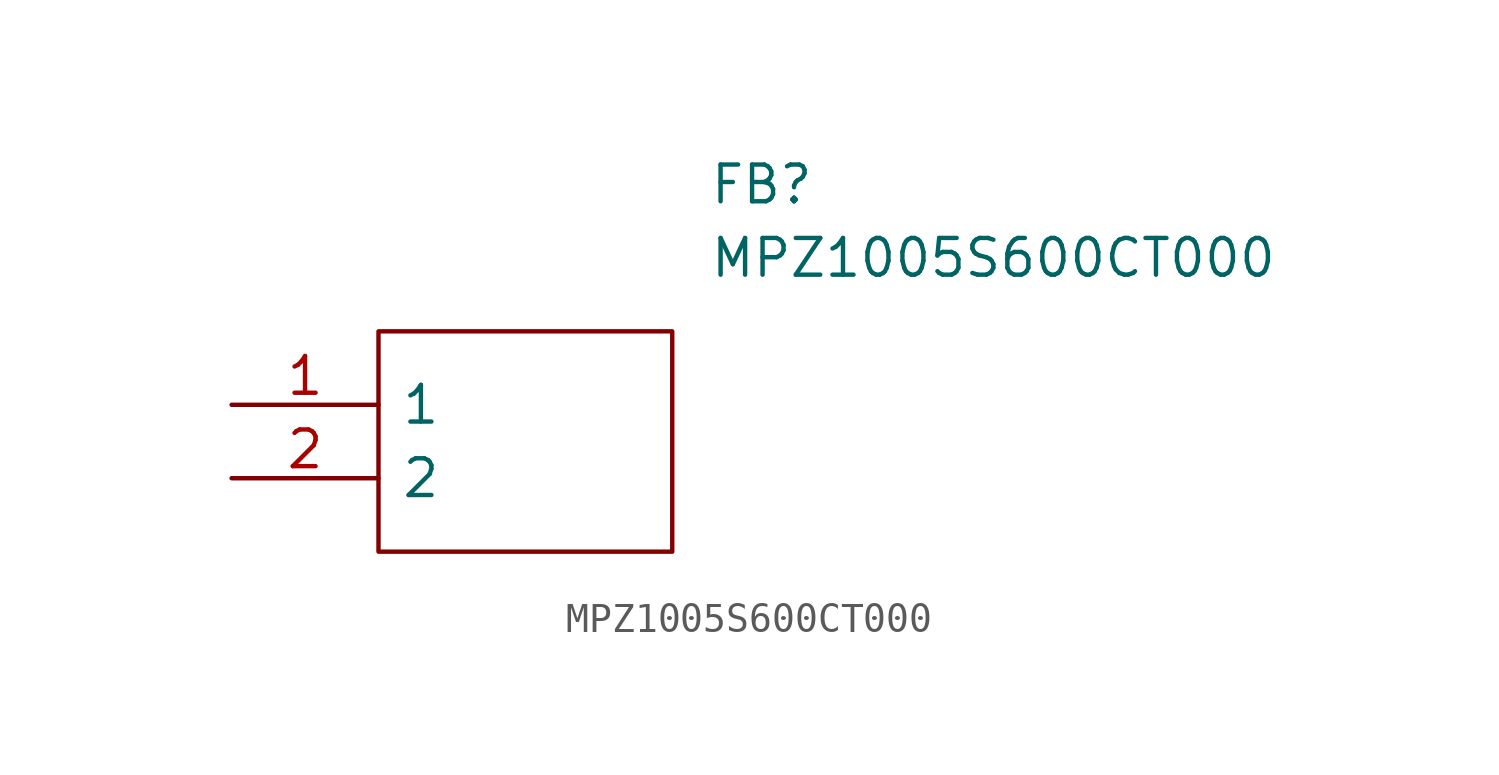
<source format=kicad_sym>
(kicad_symbol_lib
  (version 20211014)
  (generator kicad_symbol_editor)
  (symbol "MPZ1005S600CT000"
    (pin_names
      (offset 0.762))
    (property "Reference" "FB"
      (at 16.51 7.62 0)
      (effects (font (size 1.27 1.27)) (justify left)))
    (property "Value" "MPZ1005S600CT000"
      (at 16.51 5.08 0)
      (effects (font (size 1.27 1.27)) (justify left)))
    (symbol "MPZ1005S600CT000_0_0"
      (pin passive line (at 0 0 0) (length 5.08) (name "1" (effects (font (size 1.27 1.27)))) (number "1" (effects (font (size 1.27 1.27)))))
      (pin passive line (at 0 -2.54 0) (length 5.08) (name "2" (effects (font (size 1.27 1.27)))) (number "2" (effects (font (size 1.27 1.27))))))
    (symbol "MPZ1005S600CT000_0_1"
      (polyline (pts (xy 5.08 2.54) (xy 15.24 2.54) (xy 15.24 -5.08) (xy 5.08 -5.08) (xy 5.08 2.54)) (stroke (width 0.152) (type default) (color 0 0 0 0)) (fill (type none))))))
</source>
